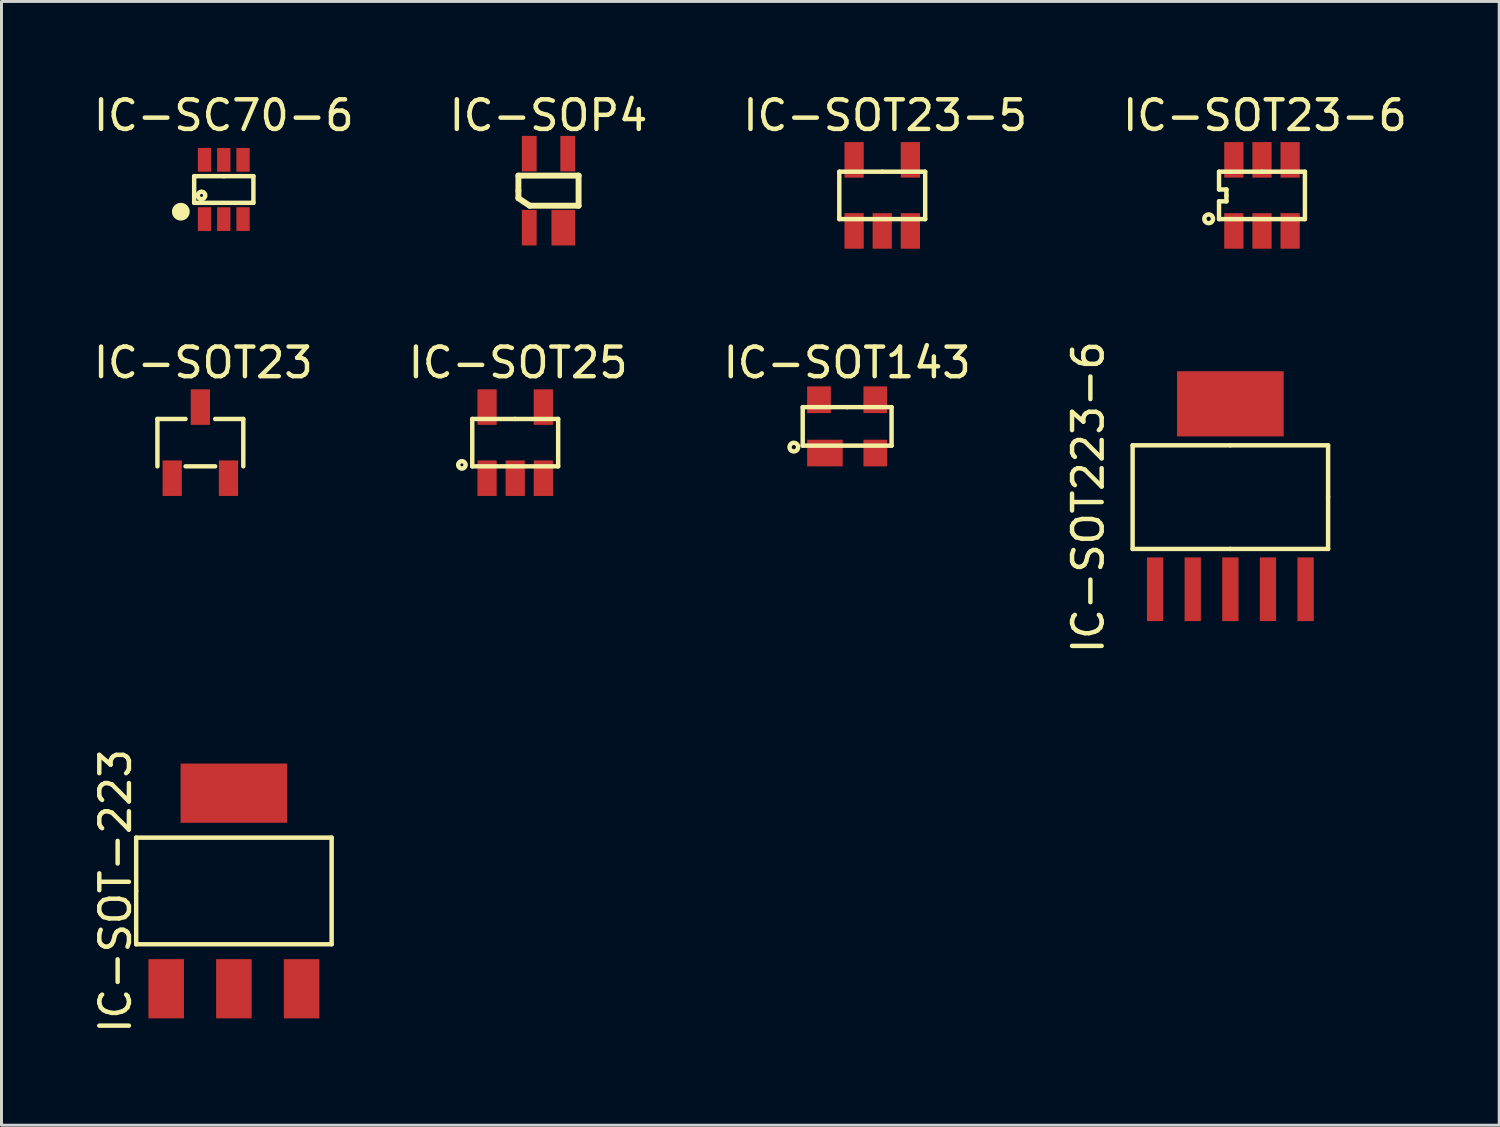
<source format=kicad_pcb>
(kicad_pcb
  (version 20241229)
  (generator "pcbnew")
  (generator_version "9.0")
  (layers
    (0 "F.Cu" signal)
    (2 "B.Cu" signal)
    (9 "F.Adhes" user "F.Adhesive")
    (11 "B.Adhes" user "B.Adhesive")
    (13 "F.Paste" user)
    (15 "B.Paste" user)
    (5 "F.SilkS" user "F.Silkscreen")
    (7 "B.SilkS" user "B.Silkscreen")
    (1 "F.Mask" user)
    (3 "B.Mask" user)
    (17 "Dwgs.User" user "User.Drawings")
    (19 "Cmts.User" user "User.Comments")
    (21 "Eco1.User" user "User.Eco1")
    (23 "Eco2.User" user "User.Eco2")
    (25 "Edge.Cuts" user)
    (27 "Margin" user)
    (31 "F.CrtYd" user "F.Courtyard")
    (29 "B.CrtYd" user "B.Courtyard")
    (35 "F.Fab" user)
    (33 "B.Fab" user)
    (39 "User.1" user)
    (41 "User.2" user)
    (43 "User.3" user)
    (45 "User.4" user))
  (footprint "IC-SOT-223"
    (layer "F.Cu")
    (at 4.848 27.033)
    (property "Reference" "IC-SOT-223" (at -4 0 90) (layer "F.SilkS") (effects (font (size 1 1) (thickness 0.15))))
    (attr smd)
    (fp_line (start -3.3 -1.8) (end 3.3 -1.8) (stroke (width 0.15) (type solid)) (layer "F.SilkS"))
    (fp_line (start -3.3 0) (end -3.3 -1.8) (stroke (width 0.15) (type solid)) (layer "F.SilkS"))
    (fp_line (start -3.3 1.8) (end -3.3 0) (stroke (width 0.15) (type solid)) (layer "F.SilkS"))
    (fp_line (start 3.3 -1.8) (end 3.3 1.8) (stroke (width 0.15) (type solid)) (layer "F.SilkS"))
    (fp_line (start 3.3 1.8) (end -3.3 1.8) (stroke (width 0.15) (type solid)) (layer "F.SilkS"))
    (pad "1" smd rect (at -2.286 3.302) (size 1.2 2) (layers "F.Cu" "F.Mask" "F.Paste"))
    (pad "2" smd rect (at 0 -3.302) (size 3.6 2) (layers "F.Cu" "F.Mask" "F.Paste"))
    (pad "2" smd rect (at 0 3.302) (size 1.2 2) (layers "F.Cu" "F.Mask" "F.Paste"))
    (pad "3" smd rect (at 2.286 3.302) (size 1.2 2) (layers "F.Cu" "F.Mask" "F.Paste")))
  (footprint "IC-SOT23-5"
    (layer "F.Cu")
    (at 26.739 3.548)
    (property "Reference" "IC-SOT23-5" (at 0.1 -2.7 0) (layer "F.SilkS") (effects (font (size 1 1) (thickness 0.15))))
    (attr smd)
    (fp_line (start -1.45 -0.8) (end -1.45 0.8) (stroke (width 0.15) (type solid)) (layer "F.SilkS"))
    (fp_line (start -1.45 0.8) (end 1.45 0.8) (stroke (width 0.15) (type solid)) (layer "F.SilkS"))
    (fp_line (start 0 -0.8) (end -1.45 -0.8) (stroke (width 0.15) (type solid)) (layer "F.SilkS"))
    (fp_line (start 1.45 -0.8) (end 0 -0.8) (stroke (width 0.15) (type solid)) (layer "F.SilkS"))
    (fp_line (start 1.45 0.8) (end 1.45 -0.8) (stroke (width 0.15) (type solid)) (layer "F.SilkS"))
    (pad "1" smd rect (at -0.95 1.2) (size 0.65 1.2) (layers "F.Cu" "F.Mask" "F.Paste"))
    (pad "2" smd rect (at 0 1.2) (size 0.65 1.2) (layers "F.Cu" "F.Mask" "F.Paste"))
    (pad "3" smd rect (at 0.95 1.2) (size 0.65 1.2) (layers "F.Cu" "F.Mask" "F.Paste"))
    (pad "4" smd rect (at 0.95 -1.2) (size 0.65 1.2) (layers "F.Cu" "F.Mask" "F.Paste"))
    (pad "5" smd rect (at -0.95 -1.2) (size 0.65 1.2) (layers "F.Cu" "F.Mask" "F.Paste")))
  (footprint "IC-SOT25"
    (layer "F.Cu")
    (at 14.346 11.896)
    (property "Reference" "IC-SOT25" (at 0.1 -2.7 0) (layer "F.SilkS") (effects (font (size 1 1) (thickness 0.15))))
    (attr smd)
    (fp_line (start -1.45 -0.8) (end -1.45 0.8) (stroke (width 0.15) (type solid)) (layer "F.SilkS"))
    (fp_line (start -1.45 0.8) (end 1.45 0.8) (stroke (width 0.15) (type solid)) (layer "F.SilkS"))
    (fp_line (start 0 -0.8) (end -1.45 -0.8) (stroke (width 0.15) (type solid)) (layer "F.SilkS"))
    (fp_line (start 1.45 -0.8) (end 0 -0.8) (stroke (width 0.15) (type solid)) (layer "F.SilkS"))
    (fp_line (start 1.45 0.8) (end 1.45 -0.8) (stroke (width 0.15) (type solid)) (layer "F.SilkS"))
    (fp_circle (center -1.8 0.75) (end -1.75 0.75) (stroke (width 0.15) (type solid)) (fill no) (layer "F.SilkS"))
    (pad "1" smd rect (at -0.95 1.2) (size 0.65 1.2) (layers "F.Cu" "F.Mask" "F.Paste"))
    (pad "2" smd rect (at 0 1.2) (size 0.65 1.2) (layers "F.Cu" "F.Mask" "F.Paste"))
    (pad "3" smd rect (at 0.95 1.2) (size 0.65 1.2) (layers "F.Cu" "F.Mask" "F.Paste"))
    (pad "4" smd rect (at 0.95 -1.2) (size 0.65 1.2) (layers "F.Cu" "F.Mask" "F.Paste"))
    (pad "5" smd rect (at -0.95 -1.2) (size 0.65 1.2) (layers "F.Cu" "F.Mask" "F.Paste")))
  (footprint "IC-SOT223-6"
    (layer "F.Cu")
    (at 38.493 13.735)
    (property "Reference" "IC-SOT223-6" (at -4.8 0 90) (layer "F.SilkS") (effects (font (size 1 1) (thickness 0.15))))
    (attr smd)
    (fp_line (start -3.3 -1.75) (end 0 -1.75) (stroke (width 0.15) (type solid)) (layer "F.SilkS"))
    (fp_line (start -3.3 1.75) (end -3.3 -1.75) (stroke (width 0.15) (type solid)) (layer "F.SilkS"))
    (fp_line (start 0 -1.75) (end 3.3 -1.75) (stroke (width 0.15) (type solid)) (layer "F.SilkS"))
    (fp_line (start 0 1.75) (end -3.3 1.75) (stroke (width 0.15) (type solid)) (layer "F.SilkS"))
    (fp_line (start 3.3 -1.75) (end 3.3 0) (stroke (width 0.15) (type solid)) (layer "F.SilkS"))
    (fp_line (start 3.3 0) (end 3.3 1.75) (stroke (width 0.15) (type solid)) (layer "F.SilkS"))
    (fp_line (start 3.3 1.75) (end 0 1.75) (stroke (width 0.15) (type solid)) (layer "F.SilkS"))
    (pad "1" smd rect (at -2.54 3.111) (size 0.55 2.15) (layers "F.Cu" "F.Mask" "F.Paste"))
    (pad "2" smd rect (at -1.27 3.111) (size 0.55 2.15) (layers "F.Cu" "F.Mask" "F.Paste"))
    (pad "3" smd rect (at 0 -3.15) (size 3.6 2.2) (layers "F.Cu" "F.Mask" "F.Paste"))
    (pad "3" smd rect (at 0 3.111) (size 0.55 2.15) (layers "F.Cu" "F.Mask" "F.Paste"))
    (pad "4" smd rect (at 1.27 3.111) (size 0.55 2.15) (layers "F.Cu" "F.Mask" "F.Paste"))
    (pad "5" smd rect (at 2.54 3.111) (size 0.55 2.15) (layers "F.Cu" "F.Mask" "F.Paste")))
  (footprint "IC-SOT23-6"
    (layer "F.Cu")
    (at 39.561 3.548)
    (property "Reference" "IC-SOT23-6" (at 0.1 -2.7 0) (layer "F.SilkS") (effects (font (size 1 1) (thickness 0.15))))
    (attr smd)
    (fp_line (start -1.45 -0.8) (end -1.45 -0.2) (stroke (width 0.15) (type solid)) (layer "F.SilkS"))
    (fp_line (start -1.45 -0.2) (end -1.2 -0.2) (stroke (width 0.15) (type solid)) (layer "F.SilkS"))
    (fp_line (start -1.45 0.2) (end -1.45 0.8) (stroke (width 0.15) (type solid)) (layer "F.SilkS"))
    (fp_line (start -1.45 0.8) (end 1.45 0.8) (stroke (width 0.15) (type solid)) (layer "F.SilkS"))
    (fp_line (start -1.2 -0.2) (end -1.2 0) (stroke (width 0.15) (type solid)) (layer "F.SilkS"))
    (fp_line (start -1.2 0) (end -1.2 0.2) (stroke (width 0.15) (type solid)) (layer "F.SilkS"))
    (fp_line (start -1.2 0.2) (end -1.45 0.2) (stroke (width 0.15) (type solid)) (layer "F.SilkS"))
    (fp_line (start 0 -0.8) (end -1.45 -0.8) (stroke (width 0.15) (type solid)) (layer "F.SilkS"))
    (fp_line (start 1.45 -0.8) (end 0 -0.8) (stroke (width 0.15) (type solid)) (layer "F.SilkS"))
    (fp_line (start 1.45 0.8) (end 1.45 -0.8) (stroke (width 0.15) (type solid)) (layer "F.SilkS"))
    (fp_circle (center -1.8 0.79) (end -1.76 0.85) (stroke (width 0.15) (type solid)) (fill no) (layer "F.SilkS"))
    (pad "1" smd rect (at -0.95 1.2) (size 0.65 1.2) (layers "F.Cu" "F.Mask" "F.Paste"))
    (pad "2" smd rect (at 0 1.2) (size 0.65 1.2) (layers "F.Cu" "F.Mask" "F.Paste"))
    (pad "3" smd rect (at 0.95 1.2) (size 0.65 1.2) (layers "F.Cu" "F.Mask" "F.Paste"))
    (pad "4" smd rect (at 0.95 -1.2) (size 0.65 1.2) (layers "F.Cu" "F.Mask" "F.Paste"))
    (pad "5" smd rect (at 0 -1.2) (size 0.65 1.2) (layers "F.Cu" "F.Mask" "F.Paste"))
    (pad "6" smd rect (at -0.95 -1.2) (size 0.65 1.2) (layers "F.Cu" "F.Mask" "F.Paste")))
  (footprint "IC-SC70-6"
    (layer "F.Cu")
    (at 4.506 3.348)
    (property "Reference" "IC-SC70-6" (at 0 -2.5 0) (layer "F.SilkS") (effects (font (size 1 1) (thickness 0.15))))
    (attr through_hole)
    (fp_line (start -1 -0.45) (end -1 0.45) (stroke (width 0.15) (type solid)) (layer "F.SilkS"))
    (fp_line (start -1 0.45) (end 1 0.45) (stroke (width 0.15) (type solid)) (layer "F.SilkS"))
    (fp_line (start 0 -0.45) (end -1 -0.45) (stroke (width 0.15) (type solid)) (layer "F.SilkS"))
    (fp_line (start 1 -0.45) (end 0 -0.45) (stroke (width 0.15) (type solid)) (layer "F.SilkS"))
    (fp_line (start 1 0.45) (end 1 -0.45) (stroke (width 0.15) (type solid)) (layer "F.SilkS"))
    (fp_circle (center -1.45 0.75) (end -1.3 0.75) (stroke (width 0.3) (type solid)) (fill no) (layer "F.SilkS"))
    (fp_circle (center -0.75 0.2) (end -0.7 0.2) (stroke (width 0.15) (type solid)) (fill no) (layer "F.SilkS"))
    (pad "1" smd rect (at -0.65 1) (size 0.45 0.8) (layers "F.Cu" "F.Mask" "F.Paste"))
    (pad "2" smd rect (at 0 1) (size 0.45 0.8) (layers "F.Cu" "F.Mask" "F.Paste"))
    (pad "3" smd rect (at 0.65 1) (size 0.45 0.8) (layers "F.Cu" "F.Mask" "F.Paste"))
    (pad "4" smd rect (at 0.65 -1) (size 0.45 0.8) (layers "F.Cu" "F.Mask" "F.Paste"))
    (pad "5" smd rect (at 0 -1) (size 0.45 0.8) (layers "F.Cu" "F.Mask" "F.Paste"))
    (pad "6" smd rect (at -0.65 -1) (size 0.45 0.8) (layers "F.Cu" "F.Mask" "F.Paste")))
  (footprint "IC-SOT23"
    (layer "F.Cu")
    (at 3.715 11.896)
    (property "Reference" "IC-SOT23" (at 0.1 -2.7 0) (layer "F.SilkS") (effects (font (size 1 1) (thickness 0.15))))
    (attr smd)
    (fp_line (start -1.45 -0.8) (end -1.45 0.8) (stroke (width 0.15) (type solid)) (layer "F.SilkS"))
    (fp_line (start -1.45 -0.8) (end -0.5 -0.8) (stroke (width 0.15) (type solid)) (layer "F.SilkS"))
    (fp_line (start -0.5 0.8) (end 0.5 0.8) (stroke (width 0.15) (type solid)) (layer "F.SilkS"))
    (fp_line (start 1.45 -0.8) (end 0.5 -0.8) (stroke (width 0.15) (type solid)) (layer "F.SilkS"))
    (fp_line (start 1.45 0.8) (end 1.45 -0.8) (stroke (width 0.15) (type solid)) (layer "F.SilkS"))
    (pad "1" smd rect (at -0.95 1.2) (size 0.65 1.2) (layers "F.Cu" "F.Mask" "F.Paste"))
    (pad "2" smd rect (at 0.95 1.2) (size 0.65 1.2) (layers "F.Cu" "F.Mask" "F.Paste"))
    (pad "3" smd rect (at 0 -1.2) (size 0.65 1.2) (layers "F.Cu" "F.Mask" "F.Paste")))
  (footprint "IC-SOT143"
    (layer "F.Cu")
    (at 25.554 11.347)
    (property "Reference" "IC-SOT143" (at 0 -2.15 0) (layer "F.SilkS") (effects (font (size 1 1) (thickness 0.15))))
    (attr through_hole)
    (fp_line (start -1.5 -0.65) (end -1.5 0.65) (stroke (width 0.15) (type solid)) (layer "F.SilkS"))
    (fp_line (start -1.5 0.65) (end 1.5 0.65) (stroke (width 0.15) (type solid)) (layer "F.SilkS"))
    (fp_line (start 0 -0.65) (end -1.5 -0.65) (stroke (width 0.15) (type solid)) (layer "F.SilkS"))
    (fp_line (start 1.5 -0.65) (end 0 -0.65) (stroke (width 0.15) (type solid)) (layer "F.SilkS"))
    (fp_line (start 1.5 0.65) (end 1.5 -0.65) (stroke (width 0.15) (type solid)) (layer "F.SilkS"))
    (fp_circle (center -1.8 0.7) (end -1.75 0.75) (stroke (width 0.15) (type solid)) (fill no) (layer "F.SilkS"))
    (pad "1" smd rect (at -0.75 0.9) (size 1.2 0.9) (layers "F.Cu" "F.Mask" "F.Paste"))
    (pad "2" smd rect (at 0.95 0.9) (size 0.8 0.9) (layers "F.Cu" "F.Mask" "F.Paste"))
    (pad "3" smd rect (at 0.95 -0.9) (size 0.8 0.9) (layers "F.Cu" "F.Mask" "F.Paste"))
    (pad "4" smd rect (at -0.95 -0.9) (size 0.8 0.9) (layers "F.Cu" "F.Mask" "F.Paste")))
  (footprint "IC-SOP4"
    (layer "F.Cu")
    (at 15.47 3.388)
    (property "Reference" "IC-SOP4" (at 0 -2.54 0) (layer "F.SilkS") (effects (font (size 1 1) (thickness 0.15))))
    (attr through_hole)
    (fp_line (start -1.016 -0.508) (end 1.016 -0.508) (stroke (width 0.2) (type solid)) (layer "F.SilkS"))
    (fp_line (start -1.016 0) (end -1.016 -0.508) (stroke (width 0.2) (type solid)) (layer "F.SilkS"))
    (fp_line (start -1.016 0.254) (end -1.016 0) (stroke (width 0.2) (type solid)) (layer "F.SilkS"))
    (fp_line (start -0.635 0.508) (end -1.016 0.254) (stroke (width 0.2) (type solid)) (layer "F.SilkS"))
    (fp_line (start 1.016 -0.508) (end 1.016 0.508) (stroke (width 0.2) (type solid)) (layer "F.SilkS"))
    (fp_line (start 1.016 0.508) (end -0.635 0.508) (stroke (width 0.2) (type solid)) (layer "F.SilkS"))
    (pad "1" smd rect (at -0.65 1.25) (size 0.5 1.2) (layers "F.Cu" "F.Mask" "F.Paste"))
    (pad "2" smd rect (at 0.5 1.25) (size 0.8 1.2) (layers "F.Cu" "F.Mask" "F.Paste"))
    (pad "3" smd rect (at 0.65 -1.25) (size 0.5 1.2) (layers "F.Cu" "F.Mask" "F.Paste"))
    (pad "4" smd rect (at -0.65 -1.25) (size 0.5 1.2) (layers "F.Cu" "F.Mask" "F.Paste")))
  (gr_rect
    (start -3 -3)
    (end 47.571 34.943)
    (stroke (width 0.1) (type default))
    (fill no)
    (layer "Edge.Cuts")))
</source>
